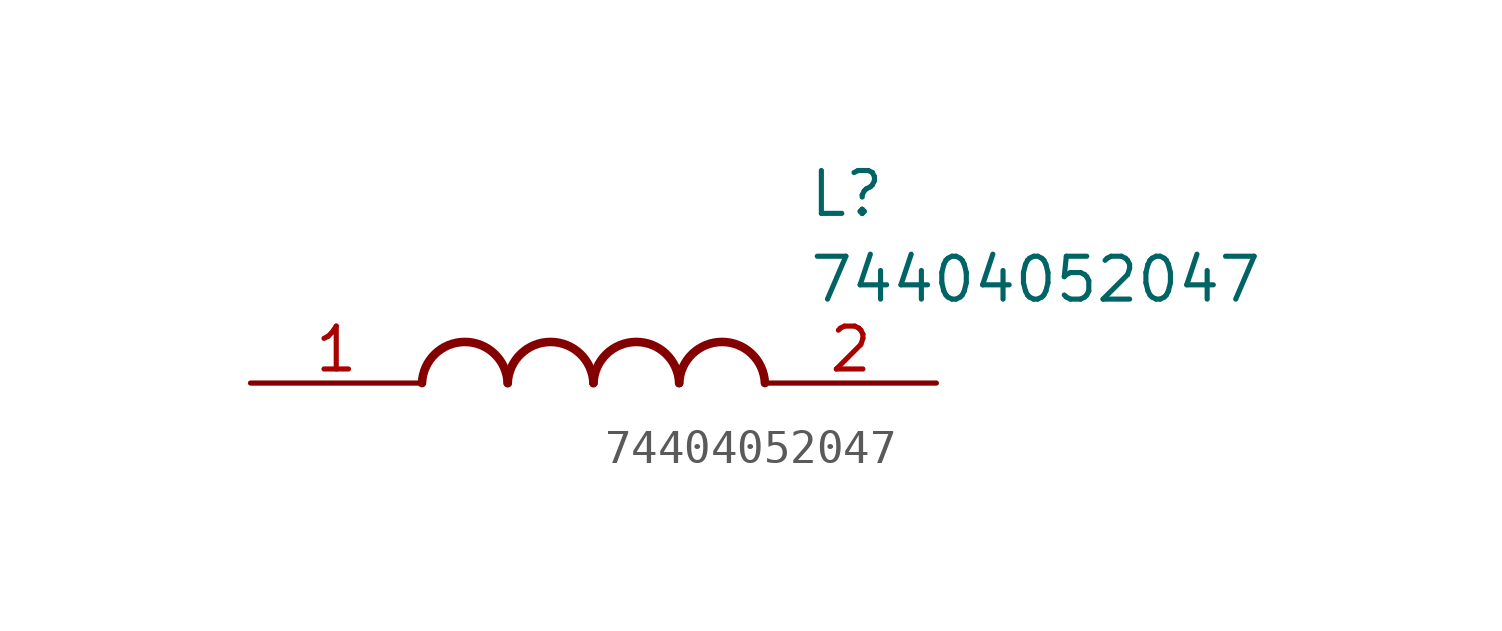
<source format=kicad_sym>
(kicad_symbol_lib
  (version 20211014)
  (generator SamacSys_ECAD_Model)
  (symbol "74404052047"
    (pin_names hide)
    (property "Reference" "L"
      (at 16.51 6.35 0)
      (effects (font (size 1.27 1.27)) (justify left top)))
    (property "Value" "74404052047"
      (at 16.51 3.81 0)
      (effects (font (size 1.27 1.27)) (justify left top)))
    (arc
      (start 7.62 0)
      (mid 6.35 1.219)
      (end 5.08 0)
      (stroke (width 0.254) (type default))
      (fill (type none)))
    (arc
      (start 10.16 0)
      (mid 8.89 1.219)
      (end 7.62 0)
      (stroke (width 0.254) (type default))
      (fill (type none)))
    (arc
      (start 12.7 0)
      (mid 11.43 1.219)
      (end 10.16 0)
      (stroke (width 0.254) (type default))
      (fill (type none)))
    (arc
      (start 15.24 0)
      (mid 13.97 1.219)
      (end 12.7 0)
      (stroke (width 0.254) (type default))
      (fill (type none)))
    (pin passive line
      (at 0 0 0)
      (length 5.08)
      (name "1" (effects (font (size 1.27 1.27))))
      (number "1" (effects (font (size 1.27 1.27)))))
    (pin passive line
      (at 20.32 0 180)
      (length 5.08)
      (name "2" (effects (font (size 1.27 1.27))))
      (number "2" (effects (font (size 1.27 1.27)))))))
</source>
